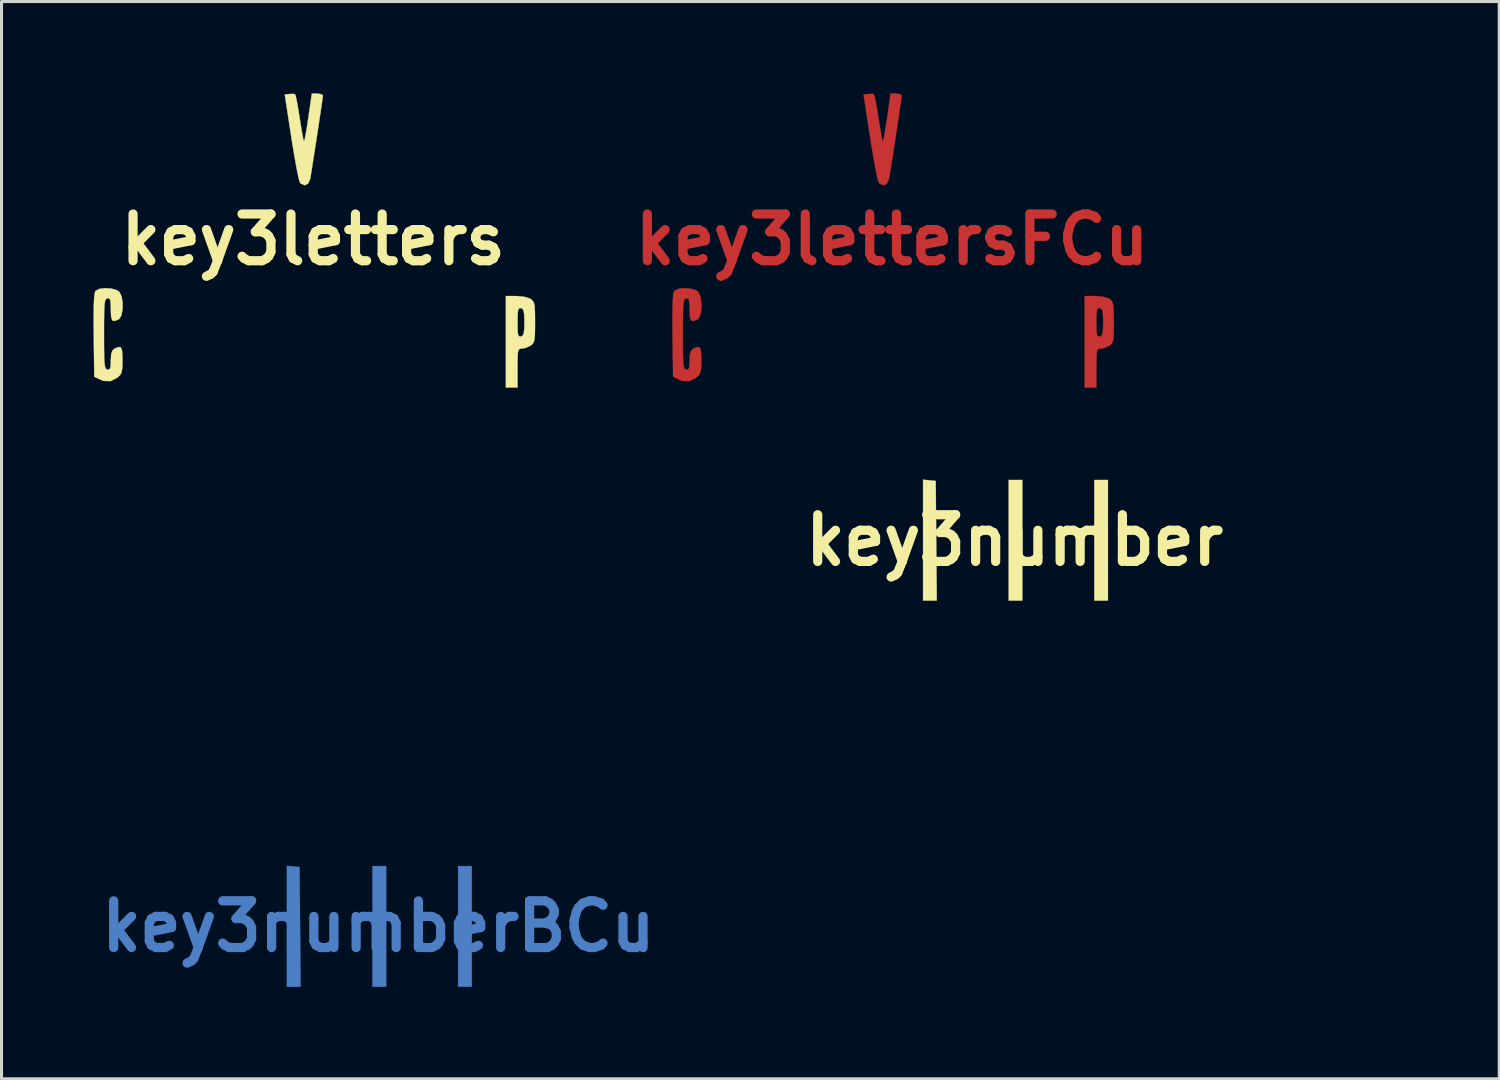
<source format=kicad_pcb>
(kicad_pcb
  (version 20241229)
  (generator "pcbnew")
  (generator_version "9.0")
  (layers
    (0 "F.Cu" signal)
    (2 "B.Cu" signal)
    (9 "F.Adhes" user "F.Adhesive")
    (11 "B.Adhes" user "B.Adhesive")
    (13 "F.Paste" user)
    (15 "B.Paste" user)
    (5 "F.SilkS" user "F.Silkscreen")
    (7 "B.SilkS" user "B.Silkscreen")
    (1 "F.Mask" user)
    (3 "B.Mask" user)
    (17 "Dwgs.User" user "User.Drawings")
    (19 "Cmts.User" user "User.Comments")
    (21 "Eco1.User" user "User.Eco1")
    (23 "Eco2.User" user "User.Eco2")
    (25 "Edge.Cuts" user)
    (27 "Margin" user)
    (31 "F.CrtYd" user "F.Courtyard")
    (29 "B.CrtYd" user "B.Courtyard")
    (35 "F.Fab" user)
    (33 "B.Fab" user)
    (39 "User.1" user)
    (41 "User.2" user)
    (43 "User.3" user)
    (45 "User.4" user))
  (footprint "key3letters"
    (layer "F.Cu")
    (at 7.17 4.768)
    (property "Reference" "key3letters" (at 0 0 0) (layer "F.SilkS") (effects (font (size 1.524 1.524) (thickness 0.3))))
    (attr through_hole)
    (fp_poly (pts (xy 0.266 -4.745) (xy 0.318 -4.703) (xy 0.308 -4.628) (xy 0.283 -4.449) (xy 0.245 -4.19) (xy 0.197 -3.873) (xy 0.144 -3.52) (xy 0.088 -3.155) (xy 0.033 -2.799) (xy -0.018 -2.475) (xy -0.06 -2.206) (xy -0.092 -2.015) (xy -0.097 -1.984) (xy -0.164 -1.828) (xy -0.276 -1.772) (xy -0.402 -1.827) (xy -0.431 -1.858) (xy -0.46 -1.941) (xy -0.503 -2.131) (xy -0.557 -2.409) (xy -0.619 -2.754) (xy -0.684 -3.149) (xy -0.713 -3.334) (xy -0.928 -4.731) (xy -0.776 -4.751) (xy -0.645 -4.755) (xy -0.588 -4.737) (xy -0.566 -4.664) (xy -0.53 -4.491) (xy -0.486 -4.245) (xy -0.441 -3.966) (xy -0.395 -3.675) (xy -0.354 -3.434) (xy -0.321 -3.267) (xy -0.302 -3.202) (xy -0.284 -3.25) (xy -0.252 -3.402) (xy -0.211 -3.634) (xy -0.167 -3.924) (xy -0.16 -3.969) (xy -0.045 -4.763) (xy 0.136 -4.763) (xy 0.266 -4.745)) (stroke (width 0.01) (type solid)) (fill yes) (layer "F.SilkS"))
    (fp_poly (pts (xy 6.873 1.863) (xy 7.064 1.92) (xy 7.098 1.94) (xy 7.162 1.995) (xy 7.203 2.067) (xy 7.226 2.185) (xy 7.236 2.374) (xy 7.239 2.661) (xy 7.239 2.699) (xy 7.237 2.998) (xy 7.228 3.196) (xy 7.206 3.32) (xy 7.167 3.397) (xy 7.106 3.451) (xy 7.098 3.457) (xy 6.935 3.534) (xy 6.812 3.556) (xy 6.746 3.562) (xy 6.704 3.594) (xy 6.681 3.676) (xy 6.67 3.831) (xy 6.668 4.082) (xy 6.668 4.191) (xy 6.668 4.826) (xy 6.287 4.826) (xy 6.287 2.699) (xy 6.668 2.699) (xy 6.671 2.945) (xy 6.684 3.089) (xy 6.714 3.154) (xy 6.765 3.165) (xy 6.779 3.163) (xy 6.838 3.132) (xy 6.872 3.049) (xy 6.887 2.887) (xy 6.89 2.699) (xy 6.885 2.46) (xy 6.866 2.321) (xy 6.826 2.254) (xy 6.779 2.235) (xy 6.722 2.238) (xy 6.689 2.29) (xy 6.672 2.416) (xy 6.668 2.64) (xy 6.668 2.699) (xy 6.287 2.699) (xy 6.287 1.841) (xy 6.622 1.841) (xy 6.873 1.863)) (stroke (width 0.01) (type solid)) (fill yes) (layer "F.SilkS"))
    (fp_poly (pts (xy -6.579 1.6) (xy -6.401 1.652) (xy -6.328 1.704) (xy -6.255 1.85) (xy -6.219 2.055) (xy -6.221 2.276) (xy -6.258 2.469) (xy -6.33 2.591) (xy -6.346 2.601) (xy -6.478 2.657) (xy -6.556 2.638) (xy -6.594 2.528) (xy -6.604 2.311) (xy -6.604 2.281) (xy -6.609 2.067) (xy -6.628 1.954) (xy -6.671 1.915) (xy -6.715 1.917) (xy -6.755 1.935) (xy -6.784 1.982) (xy -6.804 2.075) (xy -6.816 2.233) (xy -6.823 2.472) (xy -6.826 2.81) (xy -6.826 3.08) (xy -6.825 3.488) (xy -6.821 3.787) (xy -6.813 3.994) (xy -6.797 4.126) (xy -6.774 4.2) (xy -6.741 4.234) (xy -6.715 4.242) (xy -6.649 4.236) (xy -6.615 4.166) (xy -6.604 4.005) (xy -6.604 3.944) (xy -6.592 3.735) (xy -6.549 3.616) (xy -6.481 3.558) (xy -6.354 3.504) (xy -6.277 3.517) (xy -6.238 3.616) (xy -6.224 3.818) (xy -6.223 3.932) (xy -6.228 4.171) (xy -6.249 4.32) (xy -6.297 4.417) (xy -6.385 4.499) (xy -6.39 4.504) (xy -6.61 4.618) (xy -6.839 4.611) (xy -6.985 4.553) (xy -7.144 4.473) (xy -7.161 3.118) (xy -7.165 2.603) (xy -7.161 2.207) (xy -7.15 1.925) (xy -7.13 1.749) (xy -7.106 1.675) (xy -6.982 1.609) (xy -6.79 1.585) (xy -6.579 1.6)) (stroke (width 0.01) (type solid)) (fill yes) (layer "F.SilkS")))
  (footprint "key3number"
    (layer "F.Cu")
    (at 30.055 14.58)
    (property "Reference" "key3number" (at 0 0 0) (layer "F.SilkS") (effects (font (size 1.524 1.524) (thickness 0.3))))
    (attr through_hole)
    (fp_poly (pts (xy 0.254 1.968) (xy -0.191 1.968) (xy -0.191 -1.968) (xy 0.254 -1.968) (xy 0.254 1.968)) (stroke (width 0.01) (type solid)) (fill yes) (layer "F.SilkS"))
    (fp_poly (pts (xy 3.048 1.968) (xy 2.603 1.968) (xy 2.603 -1.968) (xy 3.048 -1.968) (xy 3.048 1.968)) (stroke (width 0.01) (type solid)) (fill yes) (layer "F.SilkS"))
    (fp_poly (pts (xy -2.778 -1.957) (xy -2.572 -1.937) (xy -2.555 0.016) (xy -2.538 1.968) (xy -2.985 1.968) (xy -2.985 -1.977) (xy -2.778 -1.957)) (stroke (width 0.01) (type solid)) (fill yes) (layer "F.SilkS")))
  (footprint "key3lettersFMask"
    (layer "F.Cu")
    (at 9.986 17.366)
    (property "Reference" "key3lettersFMask" (at 0 0 0) (layer "F.Mask") (effects (font (size 1.524 1.524) (thickness 0.3))))
    (attr through_hole)
    (fp_poly (pts (xy 0.266 -4.745) (xy 0.318 -4.703) (xy 0.308 -4.628) (xy 0.283 -4.449) (xy 0.245 -4.19) (xy 0.197 -3.873) (xy 0.144 -3.52) (xy 0.088 -3.155) (xy 0.033 -2.799) (xy -0.018 -2.475) (xy -0.06 -2.206) (xy -0.092 -2.015) (xy -0.097 -1.984) (xy -0.164 -1.828) (xy -0.276 -1.772) (xy -0.402 -1.827) (xy -0.431 -1.858) (xy -0.46 -1.941) (xy -0.503 -2.131) (xy -0.557 -2.409) (xy -0.619 -2.754) (xy -0.684 -3.149) (xy -0.713 -3.334) (xy -0.928 -4.731) (xy -0.776 -4.751) (xy -0.645 -4.755) (xy -0.588 -4.737) (xy -0.566 -4.664) (xy -0.53 -4.491) (xy -0.486 -4.245) (xy -0.441 -3.966) (xy -0.395 -3.675) (xy -0.354 -3.434) (xy -0.321 -3.267) (xy -0.302 -3.202) (xy -0.284 -3.25) (xy -0.252 -3.402) (xy -0.211 -3.634) (xy -0.167 -3.924) (xy -0.16 -3.969) (xy -0.045 -4.763) (xy 0.136 -4.763) (xy 0.266 -4.745)) (stroke (width 0.01) (type solid)) (fill yes) (layer "F.Mask"))
    (fp_poly (pts (xy 6.873 1.863) (xy 7.064 1.92) (xy 7.098 1.94) (xy 7.162 1.995) (xy 7.203 2.067) (xy 7.226 2.185) (xy 7.236 2.374) (xy 7.239 2.661) (xy 7.239 2.699) (xy 7.237 2.998) (xy 7.228 3.196) (xy 7.206 3.32) (xy 7.167 3.397) (xy 7.106 3.451) (xy 7.098 3.457) (xy 6.935 3.534) (xy 6.812 3.556) (xy 6.746 3.562) (xy 6.704 3.594) (xy 6.681 3.676) (xy 6.67 3.831) (xy 6.668 4.082) (xy 6.668 4.191) (xy 6.668 4.826) (xy 6.287 4.826) (xy 6.287 2.699) (xy 6.668 2.699) (xy 6.671 2.945) (xy 6.684 3.089) (xy 6.714 3.154) (xy 6.765 3.165) (xy 6.779 3.163) (xy 6.838 3.132) (xy 6.872 3.049) (xy 6.887 2.887) (xy 6.89 2.699) (xy 6.885 2.46) (xy 6.866 2.321) (xy 6.826 2.254) (xy 6.779 2.235) (xy 6.722 2.238) (xy 6.689 2.29) (xy 6.672 2.416) (xy 6.668 2.64) (xy 6.668 2.699) (xy 6.287 2.699) (xy 6.287 1.841) (xy 6.622 1.841) (xy 6.873 1.863)) (stroke (width 0.01) (type solid)) (fill yes) (layer "F.Mask"))
    (fp_poly (pts (xy -6.579 1.6) (xy -6.401 1.652) (xy -6.328 1.704) (xy -6.255 1.85) (xy -6.219 2.055) (xy -6.221 2.276) (xy -6.258 2.469) (xy -6.33 2.591) (xy -6.346 2.601) (xy -6.478 2.657) (xy -6.556 2.638) (xy -6.594 2.528) (xy -6.604 2.311) (xy -6.604 2.281) (xy -6.609 2.067) (xy -6.628 1.954) (xy -6.671 1.915) (xy -6.715 1.917) (xy -6.755 1.935) (xy -6.784 1.982) (xy -6.804 2.075) (xy -6.816 2.233) (xy -6.823 2.472) (xy -6.826 2.81) (xy -6.826 3.08) (xy -6.825 3.488) (xy -6.821 3.787) (xy -6.813 3.994) (xy -6.797 4.126) (xy -6.774 4.2) (xy -6.741 4.234) (xy -6.715 4.242) (xy -6.649 4.236) (xy -6.615 4.166) (xy -6.604 4.005) (xy -6.604 3.944) (xy -6.592 3.735) (xy -6.549 3.616) (xy -6.481 3.558) (xy -6.354 3.504) (xy -6.277 3.517) (xy -6.238 3.616) (xy -6.224 3.818) (xy -6.223 3.932) (xy -6.228 4.171) (xy -6.249 4.32) (xy -6.297 4.417) (xy -6.385 4.499) (xy -6.39 4.504) (xy -6.61 4.618) (xy -6.839 4.611) (xy -6.985 4.553) (xy -7.144 4.473) (xy -7.161 3.118) (xy -7.165 2.603) (xy -7.161 2.207) (xy -7.15 1.925) (xy -7.13 1.749) (xy -7.106 1.675) (xy -6.982 1.609) (xy -6.79 1.585) (xy -6.579 1.6)) (stroke (width 0.01) (type solid)) (fill yes) (layer "F.Mask")))
  (footprint "key3lettersFCu"
    (layer "F.Cu")
    (at 26.057 4.768)
    (property "Reference" "key3lettersFCu" (at 0 0 0) (layer "F.Cu") (effects (font (size 1.524 1.524) (thickness 0.3))))
    (attr through_hole)
    (fp_poly (pts (xy 0.266 -4.745) (xy 0.318 -4.703) (xy 0.308 -4.628) (xy 0.283 -4.449) (xy 0.245 -4.19) (xy 0.197 -3.873) (xy 0.144 -3.52) (xy 0.088 -3.155) (xy 0.033 -2.799) (xy -0.018 -2.475) (xy -0.06 -2.206) (xy -0.092 -2.015) (xy -0.097 -1.984) (xy -0.164 -1.828) (xy -0.276 -1.772) (xy -0.402 -1.827) (xy -0.431 -1.858) (xy -0.46 -1.941) (xy -0.503 -2.131) (xy -0.557 -2.409) (xy -0.619 -2.754) (xy -0.684 -3.149) (xy -0.713 -3.334) (xy -0.928 -4.731) (xy -0.776 -4.751) (xy -0.645 -4.755) (xy -0.588 -4.737) (xy -0.566 -4.664) (xy -0.53 -4.491) (xy -0.486 -4.245) (xy -0.441 -3.966) (xy -0.395 -3.675) (xy -0.354 -3.434) (xy -0.321 -3.267) (xy -0.302 -3.202) (xy -0.284 -3.25) (xy -0.252 -3.402) (xy -0.211 -3.634) (xy -0.167 -3.924) (xy -0.16 -3.969) (xy -0.045 -4.763) (xy 0.136 -4.763) (xy 0.266 -4.745)) (stroke (width 0.01) (type solid)) (fill yes) (layer "F.Cu"))
    (fp_poly (pts (xy 6.873 1.863) (xy 7.064 1.92) (xy 7.098 1.94) (xy 7.162 1.995) (xy 7.203 2.067) (xy 7.226 2.185) (xy 7.236 2.374) (xy 7.239 2.661) (xy 7.239 2.699) (xy 7.237 2.998) (xy 7.228 3.196) (xy 7.206 3.32) (xy 7.167 3.397) (xy 7.106 3.451) (xy 7.098 3.457) (xy 6.935 3.534) (xy 6.812 3.556) (xy 6.746 3.562) (xy 6.704 3.594) (xy 6.681 3.676) (xy 6.67 3.831) (xy 6.668 4.082) (xy 6.668 4.191) (xy 6.668 4.826) (xy 6.287 4.826) (xy 6.287 2.699) (xy 6.668 2.699) (xy 6.671 2.945) (xy 6.684 3.089) (xy 6.714 3.154) (xy 6.765 3.165) (xy 6.779 3.163) (xy 6.838 3.132) (xy 6.872 3.049) (xy 6.887 2.887) (xy 6.89 2.699) (xy 6.885 2.46) (xy 6.866 2.321) (xy 6.826 2.254) (xy 6.779 2.235) (xy 6.722 2.238) (xy 6.689 2.29) (xy 6.672 2.416) (xy 6.668 2.64) (xy 6.668 2.699) (xy 6.287 2.699) (xy 6.287 1.841) (xy 6.622 1.841) (xy 6.873 1.863)) (stroke (width 0.01) (type solid)) (fill yes) (layer "F.Cu"))
    (fp_poly (pts (xy -6.579 1.6) (xy -6.401 1.652) (xy -6.328 1.704) (xy -6.255 1.85) (xy -6.219 2.055) (xy -6.221 2.276) (xy -6.258 2.469) (xy -6.33 2.591) (xy -6.346 2.601) (xy -6.478 2.657) (xy -6.556 2.638) (xy -6.594 2.528) (xy -6.604 2.311) (xy -6.604 2.281) (xy -6.609 2.067) (xy -6.628 1.954) (xy -6.671 1.915) (xy -6.715 1.917) (xy -6.755 1.935) (xy -6.784 1.982) (xy -6.804 2.075) (xy -6.816 2.233) (xy -6.823 2.472) (xy -6.826 2.81) (xy -6.826 3.08) (xy -6.825 3.488) (xy -6.821 3.787) (xy -6.813 3.994) (xy -6.797 4.126) (xy -6.774 4.2) (xy -6.741 4.234) (xy -6.715 4.242) (xy -6.649 4.236) (xy -6.615 4.166) (xy -6.604 4.005) (xy -6.604 3.944) (xy -6.592 3.735) (xy -6.549 3.616) (xy -6.481 3.558) (xy -6.354 3.504) (xy -6.277 3.517) (xy -6.238 3.616) (xy -6.224 3.818) (xy -6.223 3.932) (xy -6.228 4.171) (xy -6.249 4.32) (xy -6.297 4.417) (xy -6.385 4.499) (xy -6.39 4.504) (xy -6.61 4.618) (xy -6.839 4.611) (xy -6.985 4.553) (xy -7.144 4.473) (xy -7.161 3.118) (xy -7.165 2.603) (xy -7.161 2.207) (xy -7.15 1.925) (xy -7.13 1.749) (xy -7.106 1.675) (xy -6.982 1.609) (xy -6.79 1.585) (xy -6.579 1.6)) (stroke (width 0.01) (type solid)) (fill yes) (layer "F.Cu")))
  (footprint "key3numberBMask"
    (layer "F.Cu")
    (at 32.232 27.179)
    (property "Reference" "key3numberBMask" (at 0 0 0) (layer "B.Mask") (effects (font (size 1.524 1.524) (thickness 0.3))))
    (attr through_hole)
    (fp_poly (pts (xy 0.254 1.968) (xy -0.191 1.968) (xy -0.191 -1.968) (xy 0.254 -1.968) (xy 0.254 1.968)) (stroke (width 0.01) (type solid)) (fill yes) (layer "B.Mask"))
    (fp_poly (pts (xy 3.048 1.968) (xy 2.603 1.968) (xy 2.603 -1.968) (xy 3.048 -1.968) (xy 3.048 1.968)) (stroke (width 0.01) (type solid)) (fill yes) (layer "B.Mask"))
    (fp_poly (pts (xy -2.778 -1.957) (xy -2.572 -1.937) (xy -2.555 0.016) (xy -2.538 1.968) (xy -2.985 1.968) (xy -2.985 -1.977) (xy -2.778 -1.957)) (stroke (width 0.01) (type solid)) (fill yes) (layer "B.Mask")))
  (footprint "key3numberBCu"
    (layer "B.Cu")
    (at 9.296 27.179)
    (property "Reference" "key3numberBCu" (at 0 0 0) (layer "B.Cu") (effects (font (size 1.524 1.524) (thickness 0.3))))
    (attr through_hole)
    (fp_poly (pts (xy 0.254 1.968) (xy -0.191 1.968) (xy -0.191 -1.968) (xy 0.254 -1.968) (xy 0.254 1.968)) (stroke (width 0.01) (type solid)) (fill yes) (layer "B.Cu"))
    (fp_poly (pts (xy 3.048 1.968) (xy 2.603 1.968) (xy 2.603 -1.968) (xy 3.048 -1.968) (xy 3.048 1.968)) (stroke (width 0.01) (type solid)) (fill yes) (layer "B.Cu"))
    (fp_poly (pts (xy -2.778 -1.957) (xy -2.572 -1.937) (xy -2.555 0.016) (xy -2.538 1.968) (xy -2.985 1.968) (xy -2.985 -1.977) (xy -2.778 -1.957)) (stroke (width 0.01) (type solid)) (fill yes) (layer "B.Cu")))
  (gr_rect
    (start -3 -3)
    (end 45.871 32.152)
    (stroke (width 0.1) (type default))
    (fill no)
    (layer "Edge.Cuts")))
</source>
